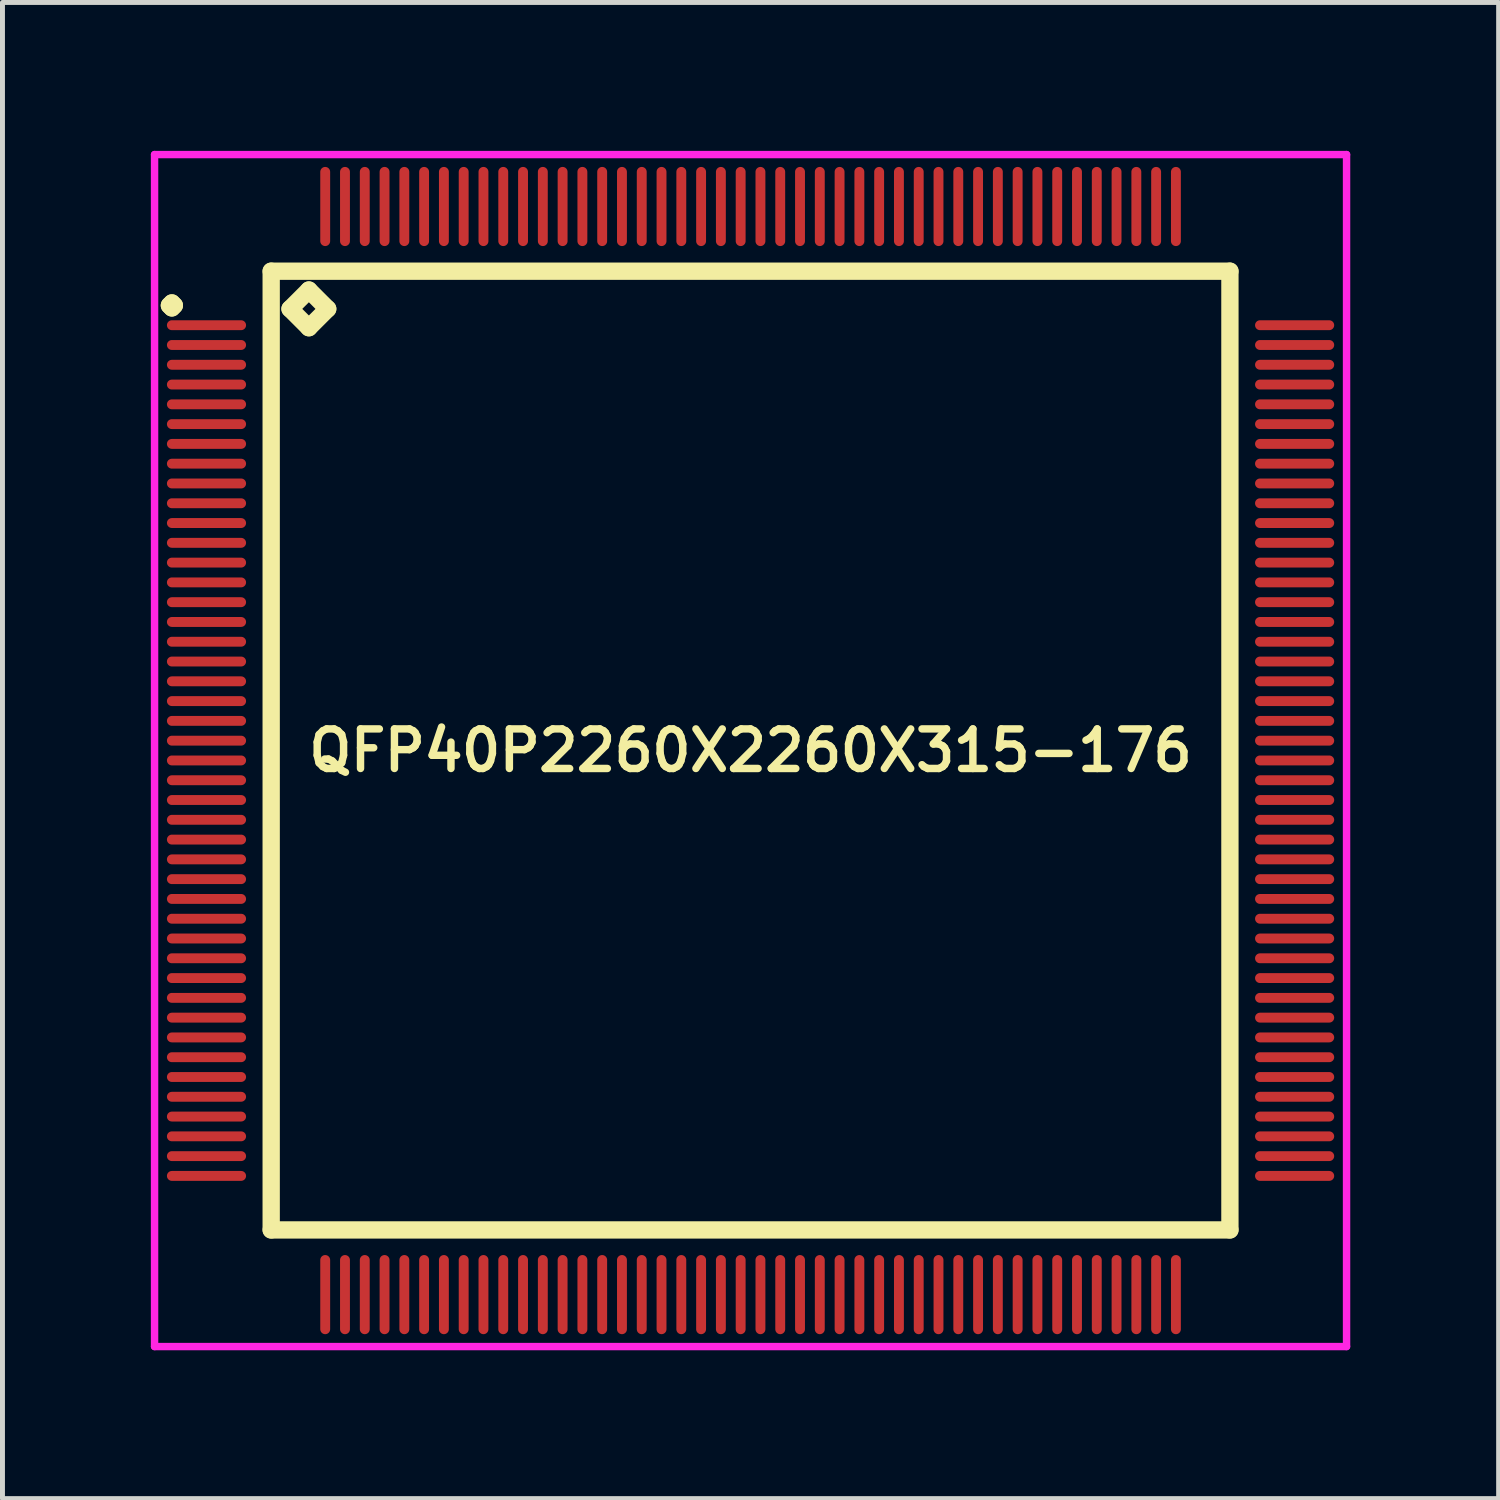
<source format=kicad_pcb>
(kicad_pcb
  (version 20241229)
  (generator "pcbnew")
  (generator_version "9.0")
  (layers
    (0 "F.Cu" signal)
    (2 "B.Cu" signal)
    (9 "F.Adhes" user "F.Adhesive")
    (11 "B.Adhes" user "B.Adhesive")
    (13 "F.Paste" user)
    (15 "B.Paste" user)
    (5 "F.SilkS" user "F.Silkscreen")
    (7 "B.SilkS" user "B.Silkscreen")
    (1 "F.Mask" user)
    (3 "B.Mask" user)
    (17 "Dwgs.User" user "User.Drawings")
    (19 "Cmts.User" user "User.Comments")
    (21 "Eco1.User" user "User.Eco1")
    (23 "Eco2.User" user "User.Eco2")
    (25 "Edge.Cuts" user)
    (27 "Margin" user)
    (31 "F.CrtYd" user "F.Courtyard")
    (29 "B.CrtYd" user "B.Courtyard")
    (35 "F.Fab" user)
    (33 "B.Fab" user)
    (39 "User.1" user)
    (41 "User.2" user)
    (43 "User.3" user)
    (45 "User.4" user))
  (footprint "QFP40P2260X2260X315-176"
    (layer "F.Cu")
    (at 12.125 12.125)
    (property "Reference" "QFP40P2260X2260X315-176" (at 0 0 0) (layer "F.SilkS") (effects (font (size 0.8 0.8) (thickness 0.15))))
    (attr smd)
    (fp_line (start -11.75 -9) (end -11.7 -9.05) (stroke (width 0.35) (type solid)) (layer "F.SilkS"))
    (fp_line (start -11.7 -9.05) (end -11.65 -9) (stroke (width 0.35) (type solid)) (layer "F.SilkS"))
    (fp_line (start -11.7 -8.95) (end -11.75 -9) (stroke (width 0.35) (type solid)) (layer "F.SilkS"))
    (fp_line (start -11.65 -9) (end -11.7 -8.95) (stroke (width 0.35) (type solid)) (layer "F.SilkS"))
    (fp_line (start -9.692 -9.692) (end -9.692 9.692) (stroke (width 0.35) (type solid)) (layer "F.SilkS"))
    (fp_line (start -9.692 9.692) (end 9.692 9.692) (stroke (width 0.35) (type solid)) (layer "F.SilkS"))
    (fp_line (start -9.311 -8.93) (end -8.93 -9.311) (stroke (width 0.35) (type solid)) (layer "F.SilkS"))
    (fp_line (start -8.93 -9.311) (end -8.549 -8.93) (stroke (width 0.35) (type solid)) (layer "F.SilkS"))
    (fp_line (start -8.93 -8.549) (end -9.311 -8.93) (stroke (width 0.35) (type solid)) (layer "F.SilkS"))
    (fp_line (start -8.549 -8.93) (end -8.93 -8.549) (stroke (width 0.35) (type solid)) (layer "F.SilkS"))
    (fp_line (start 9.692 -9.692) (end -9.692 -9.692) (stroke (width 0.35) (type solid)) (layer "F.SilkS"))
    (fp_line (start 9.692 9.692) (end 9.692 -9.692) (stroke (width 0.35) (type solid)) (layer "F.SilkS"))
    (fp_line (start -12.05 -12.05) (end 12.05 -12.05) (stroke (width 0.15) (type solid)) (layer "F.CrtYd"))
    (fp_line (start -12.05 12.05) (end -12.05 -12.05) (stroke (width 0.15) (type solid)) (layer "F.CrtYd"))
    (fp_line (start 12.05 -12.05) (end 12.05 12.05) (stroke (width 0.15) (type solid)) (layer "F.CrtYd"))
    (fp_line (start 12.05 12.05) (end -12.05 12.05) (stroke (width 0.15) (type solid)) (layer "F.CrtYd"))
    (pad "1" smd oval (at -11 -8.6) (size 1.6 0.2) (layers "F.Cu" "F.Mask" "F.Paste"))
    (pad "2" smd oval (at -11 -8.2) (size 1.6 0.2) (layers "F.Cu" "F.Mask" "F.Paste"))
    (pad "3" smd oval (at -11 -7.8) (size 1.6 0.2) (layers "F.Cu" "F.Mask" "F.Paste"))
    (pad "4" smd oval (at -11 -7.4) (size 1.6 0.2) (layers "F.Cu" "F.Mask" "F.Paste"))
    (pad "5" smd oval (at -11 -7) (size 1.6 0.2) (layers "F.Cu" "F.Mask" "F.Paste"))
    (pad "6" smd oval (at -11 -6.6) (size 1.6 0.2) (layers "F.Cu" "F.Mask" "F.Paste"))
    (pad "7" smd oval (at -11 -6.2) (size 1.6 0.2) (layers "F.Cu" "F.Mask" "F.Paste"))
    (pad "8" smd oval (at -11 -5.8) (size 1.6 0.2) (layers "F.Cu" "F.Mask" "F.Paste"))
    (pad "9" smd oval (at -11 -5.4) (size 1.6 0.2) (layers "F.Cu" "F.Mask" "F.Paste"))
    (pad "10" smd oval (at -11 -5) (size 1.6 0.2) (layers "F.Cu" "F.Mask" "F.Paste"))
    (pad "11" smd oval (at -11 -4.6) (size 1.6 0.2) (layers "F.Cu" "F.Mask" "F.Paste"))
    (pad "12" smd oval (at -11 -4.2) (size 1.6 0.2) (layers "F.Cu" "F.Mask" "F.Paste"))
    (pad "13" smd oval (at -11 -3.8) (size 1.6 0.2) (layers "F.Cu" "F.Mask" "F.Paste"))
    (pad "14" smd oval (at -11 -3.4) (size 1.6 0.2) (layers "F.Cu" "F.Mask" "F.Paste"))
    (pad "15" smd oval (at -11 -3) (size 1.6 0.2) (layers "F.Cu" "F.Mask" "F.Paste"))
    (pad "16" smd oval (at -11 -2.6) (size 1.6 0.2) (layers "F.Cu" "F.Mask" "F.Paste"))
    (pad "17" smd oval (at -11 -2.2) (size 1.6 0.2) (layers "F.Cu" "F.Mask" "F.Paste"))
    (pad "18" smd oval (at -11 -1.8) (size 1.6 0.2) (layers "F.Cu" "F.Mask" "F.Paste"))
    (pad "19" smd oval (at -11 -1.4) (size 1.6 0.2) (layers "F.Cu" "F.Mask" "F.Paste"))
    (pad "20" smd oval (at -11 -1) (size 1.6 0.2) (layers "F.Cu" "F.Mask" "F.Paste"))
    (pad "21" smd oval (at -11 -0.6) (size 1.6 0.2) (layers "F.Cu" "F.Mask" "F.Paste"))
    (pad "22" smd oval (at -11 -0.2) (size 1.6 0.2) (layers "F.Cu" "F.Mask" "F.Paste"))
    (pad "23" smd oval (at -11 0.2) (size 1.6 0.2) (layers "F.Cu" "F.Mask" "F.Paste"))
    (pad "24" smd oval (at -11 0.6) (size 1.6 0.2) (layers "F.Cu" "F.Mask" "F.Paste"))
    (pad "25" smd oval (at -11 1) (size 1.6 0.2) (layers "F.Cu" "F.Mask" "F.Paste"))
    (pad "26" smd oval (at -11 1.4) (size 1.6 0.2) (layers "F.Cu" "F.Mask" "F.Paste"))
    (pad "27" smd oval (at -11 1.8) (size 1.6 0.2) (layers "F.Cu" "F.Mask" "F.Paste"))
    (pad "28" smd oval (at -11 2.2) (size 1.6 0.2) (layers "F.Cu" "F.Mask" "F.Paste"))
    (pad "29" smd oval (at -11 2.6) (size 1.6 0.2) (layers "F.Cu" "F.Mask" "F.Paste"))
    (pad "30" smd oval (at -11 3) (size 1.6 0.2) (layers "F.Cu" "F.Mask" "F.Paste"))
    (pad "31" smd oval (at -11 3.4) (size 1.6 0.2) (layers "F.Cu" "F.Mask" "F.Paste"))
    (pad "32" smd oval (at -11 3.8) (size 1.6 0.2) (layers "F.Cu" "F.Mask" "F.Paste"))
    (pad "33" smd oval (at -11 4.2) (size 1.6 0.2) (layers "F.Cu" "F.Mask" "F.Paste"))
    (pad "34" smd oval (at -11 4.6) (size 1.6 0.2) (layers "F.Cu" "F.Mask" "F.Paste"))
    (pad "35" smd oval (at -11 5) (size 1.6 0.2) (layers "F.Cu" "F.Mask" "F.Paste"))
    (pad "36" smd oval (at -11 5.4) (size 1.6 0.2) (layers "F.Cu" "F.Mask" "F.Paste"))
    (pad "37" smd oval (at -11 5.8) (size 1.6 0.2) (layers "F.Cu" "F.Mask" "F.Paste"))
    (pad "38" smd oval (at -11 6.2) (size 1.6 0.2) (layers "F.Cu" "F.Mask" "F.Paste"))
    (pad "39" smd oval (at -11 6.6) (size 1.6 0.2) (layers "F.Cu" "F.Mask" "F.Paste"))
    (pad "40" smd oval (at -11 7) (size 1.6 0.2) (layers "F.Cu" "F.Mask" "F.Paste"))
    (pad "41" smd oval (at -11 7.4) (size 1.6 0.2) (layers "F.Cu" "F.Mask" "F.Paste"))
    (pad "42" smd oval (at -11 7.8) (size 1.6 0.2) (layers "F.Cu" "F.Mask" "F.Paste"))
    (pad "43" smd oval (at -11 8.2) (size 1.6 0.2) (layers "F.Cu" "F.Mask" "F.Paste"))
    (pad "44" smd oval (at -11 8.6) (size 1.6 0.2) (layers "F.Cu" "F.Mask" "F.Paste"))
    (pad "45" smd oval (at -8.6 11) (size 0.2 1.6) (layers "F.Cu" "F.Mask" "F.Paste"))
    (pad "46" smd oval (at -8.2 11) (size 0.2 1.6) (layers "F.Cu" "F.Mask" "F.Paste"))
    (pad "47" smd oval (at -7.8 11) (size 0.2 1.6) (layers "F.Cu" "F.Mask" "F.Paste"))
    (pad "48" smd oval (at -7.4 11) (size 0.2 1.6) (layers "F.Cu" "F.Mask" "F.Paste"))
    (pad "49" smd oval (at -7 11) (size 0.2 1.6) (layers "F.Cu" "F.Mask" "F.Paste"))
    (pad "50" smd oval (at -6.6 11) (size 0.2 1.6) (layers "F.Cu" "F.Mask" "F.Paste"))
    (pad "51" smd oval (at -6.2 11) (size 0.2 1.6) (layers "F.Cu" "F.Mask" "F.Paste"))
    (pad "52" smd oval (at -5.8 11) (size 0.2 1.6) (layers "F.Cu" "F.Mask" "F.Paste"))
    (pad "53" smd oval (at -5.4 11) (size 0.2 1.6) (layers "F.Cu" "F.Mask" "F.Paste"))
    (pad "54" smd oval (at -5 11) (size 0.2 1.6) (layers "F.Cu" "F.Mask" "F.Paste"))
    (pad "55" smd oval (at -4.6 11) (size 0.2 1.6) (layers "F.Cu" "F.Mask" "F.Paste"))
    (pad "56" smd oval (at -4.2 11) (size 0.2 1.6) (layers "F.Cu" "F.Mask" "F.Paste"))
    (pad "57" smd oval (at -3.8 11) (size 0.2 1.6) (layers "F.Cu" "F.Mask" "F.Paste"))
    (pad "58" smd oval (at -3.4 11) (size 0.2 1.6) (layers "F.Cu" "F.Mask" "F.Paste"))
    (pad "59" smd oval (at -3 11) (size 0.2 1.6) (layers "F.Cu" "F.Mask" "F.Paste"))
    (pad "60" smd oval (at -2.6 11) (size 0.2 1.6) (layers "F.Cu" "F.Mask" "F.Paste"))
    (pad "61" smd oval (at -2.2 11) (size 0.2 1.6) (layers "F.Cu" "F.Mask" "F.Paste"))
    (pad "62" smd oval (at -1.8 11) (size 0.2 1.6) (layers "F.Cu" "F.Mask" "F.Paste"))
    (pad "63" smd oval (at -1.4 11) (size 0.2 1.6) (layers "F.Cu" "F.Mask" "F.Paste"))
    (pad "64" smd oval (at -1 11) (size 0.2 1.6) (layers "F.Cu" "F.Mask" "F.Paste"))
    (pad "65" smd oval (at -0.6 11) (size 0.2 1.6) (layers "F.Cu" "F.Mask" "F.Paste"))
    (pad "66" smd oval (at -0.2 11) (size 0.2 1.6) (layers "F.Cu" "F.Mask" "F.Paste"))
    (pad "67" smd oval (at 0.2 11) (size 0.2 1.6) (layers "F.Cu" "F.Mask" "F.Paste"))
    (pad "68" smd oval (at 0.6 11) (size 0.2 1.6) (layers "F.Cu" "F.Mask" "F.Paste"))
    (pad "69" smd oval (at 1 11) (size 0.2 1.6) (layers "F.Cu" "F.Mask" "F.Paste"))
    (pad "70" smd oval (at 1.4 11) (size 0.2 1.6) (layers "F.Cu" "F.Mask" "F.Paste"))
    (pad "71" smd oval (at 1.8 11) (size 0.2 1.6) (layers "F.Cu" "F.Mask" "F.Paste"))
    (pad "72" smd oval (at 2.2 11) (size 0.2 1.6) (layers "F.Cu" "F.Mask" "F.Paste"))
    (pad "73" smd oval (at 2.6 11) (size 0.2 1.6) (layers "F.Cu" "F.Mask" "F.Paste"))
    (pad "74" smd oval (at 3 11) (size 0.2 1.6) (layers "F.Cu" "F.Mask" "F.Paste"))
    (pad "75" smd oval (at 3.4 11) (size 0.2 1.6) (layers "F.Cu" "F.Mask" "F.Paste"))
    (pad "76" smd oval (at 3.8 11) (size 0.2 1.6) (layers "F.Cu" "F.Mask" "F.Paste"))
    (pad "77" smd oval (at 4.2 11) (size 0.2 1.6) (layers "F.Cu" "F.Mask" "F.Paste"))
    (pad "78" smd oval (at 4.6 11) (size 0.2 1.6) (layers "F.Cu" "F.Mask" "F.Paste"))
    (pad "79" smd oval (at 5 11) (size 0.2 1.6) (layers "F.Cu" "F.Mask" "F.Paste"))
    (pad "80" smd oval (at 5.4 11) (size 0.2 1.6) (layers "F.Cu" "F.Mask" "F.Paste"))
    (pad "81" smd oval (at 5.8 11) (size 0.2 1.6) (layers "F.Cu" "F.Mask" "F.Paste"))
    (pad "82" smd oval (at 6.2 11) (size 0.2 1.6) (layers "F.Cu" "F.Mask" "F.Paste"))
    (pad "83" smd oval (at 6.6 11) (size 0.2 1.6) (layers "F.Cu" "F.Mask" "F.Paste"))
    (pad "84" smd oval (at 7 11) (size 0.2 1.6) (layers "F.Cu" "F.Mask" "F.Paste"))
    (pad "85" smd oval (at 7.4 11) (size 0.2 1.6) (layers "F.Cu" "F.Mask" "F.Paste"))
    (pad "86" smd oval (at 7.8 11) (size 0.2 1.6) (layers "F.Cu" "F.Mask" "F.Paste"))
    (pad "87" smd oval (at 8.2 11) (size 0.2 1.6) (layers "F.Cu" "F.Mask" "F.Paste"))
    (pad "88" smd oval (at 8.6 11) (size 0.2 1.6) (layers "F.Cu" "F.Mask" "F.Paste"))
    (pad "89" smd oval (at 11 8.6) (size 1.6 0.2) (layers "F.Cu" "F.Mask" "F.Paste"))
    (pad "90" smd oval (at 11 8.2) (size 1.6 0.2) (layers "F.Cu" "F.Mask" "F.Paste"))
    (pad "91" smd oval (at 11 7.8) (size 1.6 0.2) (layers "F.Cu" "F.Mask" "F.Paste"))
    (pad "92" smd oval (at 11 7.4) (size 1.6 0.2) (layers "F.Cu" "F.Mask" "F.Paste"))
    (pad "93" smd oval (at 11 7) (size 1.6 0.2) (layers "F.Cu" "F.Mask" "F.Paste"))
    (pad "94" smd oval (at 11 6.6) (size 1.6 0.2) (layers "F.Cu" "F.Mask" "F.Paste"))
    (pad "95" smd oval (at 11 6.2) (size 1.6 0.2) (layers "F.Cu" "F.Mask" "F.Paste"))
    (pad "96" smd oval (at 11 5.8) (size 1.6 0.2) (layers "F.Cu" "F.Mask" "F.Paste"))
    (pad "97" smd oval (at 11 5.4) (size 1.6 0.2) (layers "F.Cu" "F.Mask" "F.Paste"))
    (pad "98" smd oval (at 11 5) (size 1.6 0.2) (layers "F.Cu" "F.Mask" "F.Paste"))
    (pad "99" smd oval (at 11 4.6) (size 1.6 0.2) (layers "F.Cu" "F.Mask" "F.Paste"))
    (pad "100" smd oval (at 11 4.2) (size 1.6 0.2) (layers "F.Cu" "F.Mask" "F.Paste"))
    (pad "101" smd oval (at 11 3.8) (size 1.6 0.2) (layers "F.Cu" "F.Mask" "F.Paste"))
    (pad "102" smd oval (at 11 3.4) (size 1.6 0.2) (layers "F.Cu" "F.Mask" "F.Paste"))
    (pad "103" smd oval (at 11 3) (size 1.6 0.2) (layers "F.Cu" "F.Mask" "F.Paste"))
    (pad "104" smd oval (at 11 2.6) (size 1.6 0.2) (layers "F.Cu" "F.Mask" "F.Paste"))
    (pad "105" smd oval (at 11 2.2) (size 1.6 0.2) (layers "F.Cu" "F.Mask" "F.Paste"))
    (pad "106" smd oval (at 11 1.8) (size 1.6 0.2) (layers "F.Cu" "F.Mask" "F.Paste"))
    (pad "107" smd oval (at 11 1.4) (size 1.6 0.2) (layers "F.Cu" "F.Mask" "F.Paste"))
    (pad "108" smd oval (at 11 1) (size 1.6 0.2) (layers "F.Cu" "F.Mask" "F.Paste"))
    (pad "109" smd oval (at 11 0.6) (size 1.6 0.2) (layers "F.Cu" "F.Mask" "F.Paste"))
    (pad "110" smd oval (at 11 0.2) (size 1.6 0.2) (layers "F.Cu" "F.Mask" "F.Paste"))
    (pad "111" smd oval (at 11 -0.2) (size 1.6 0.2) (layers "F.Cu" "F.Mask" "F.Paste"))
    (pad "112" smd oval (at 11 -0.6) (size 1.6 0.2) (layers "F.Cu" "F.Mask" "F.Paste"))
    (pad "113" smd oval (at 11 -1) (size 1.6 0.2) (layers "F.Cu" "F.Mask" "F.Paste"))
    (pad "114" smd oval (at 11 -1.4) (size 1.6 0.2) (layers "F.Cu" "F.Mask" "F.Paste"))
    (pad "115" smd oval (at 11 -1.8) (size 1.6 0.2) (layers "F.Cu" "F.Mask" "F.Paste"))
    (pad "116" smd oval (at 11 -2.2) (size 1.6 0.2) (layers "F.Cu" "F.Mask" "F.Paste"))
    (pad "117" smd oval (at 11 -2.6) (size 1.6 0.2) (layers "F.Cu" "F.Mask" "F.Paste"))
    (pad "118" smd oval (at 11 -3) (size 1.6 0.2) (layers "F.Cu" "F.Mask" "F.Paste"))
    (pad "119" smd oval (at 11 -3.4) (size 1.6 0.2) (layers "F.Cu" "F.Mask" "F.Paste"))
    (pad "120" smd oval (at 11 -3.8) (size 1.6 0.2) (layers "F.Cu" "F.Mask" "F.Paste"))
    (pad "121" smd oval (at 11 -4.2) (size 1.6 0.2) (layers "F.Cu" "F.Mask" "F.Paste"))
    (pad "122" smd oval (at 11 -4.6) (size 1.6 0.2) (layers "F.Cu" "F.Mask" "F.Paste"))
    (pad "123" smd oval (at 11 -5) (size 1.6 0.2) (layers "F.Cu" "F.Mask" "F.Paste"))
    (pad "124" smd oval (at 11 -5.4) (size 1.6 0.2) (layers "F.Cu" "F.Mask" "F.Paste"))
    (pad "125" smd oval (at 11 -5.8) (size 1.6 0.2) (layers "F.Cu" "F.Mask" "F.Paste"))
    (pad "126" smd oval (at 11 -6.2) (size 1.6 0.2) (layers "F.Cu" "F.Mask" "F.Paste"))
    (pad "127" smd oval (at 11 -6.6) (size 1.6 0.2) (layers "F.Cu" "F.Mask" "F.Paste"))
    (pad "128" smd oval (at 11 -7) (size 1.6 0.2) (layers "F.Cu" "F.Mask" "F.Paste"))
    (pad "129" smd oval (at 11 -7.4) (size 1.6 0.2) (layers "F.Cu" "F.Mask" "F.Paste"))
    (pad "130" smd oval (at 11 -7.8) (size 1.6 0.2) (layers "F.Cu" "F.Mask" "F.Paste"))
    (pad "131" smd oval (at 11 -8.2) (size 1.6 0.2) (layers "F.Cu" "F.Mask" "F.Paste"))
    (pad "132" smd oval (at 11 -8.6) (size 1.6 0.2) (layers "F.Cu" "F.Mask" "F.Paste"))
    (pad "133" smd oval (at 8.6 -11) (size 0.2 1.6) (layers "F.Cu" "F.Mask" "F.Paste"))
    (pad "134" smd oval (at 8.2 -11) (size 0.2 1.6) (layers "F.Cu" "F.Mask" "F.Paste"))
    (pad "135" smd oval (at 7.8 -11) (size 0.2 1.6) (layers "F.Cu" "F.Mask" "F.Paste"))
    (pad "136" smd oval (at 7.4 -11) (size 0.2 1.6) (layers "F.Cu" "F.Mask" "F.Paste"))
    (pad "137" smd oval (at 7 -11) (size 0.2 1.6) (layers "F.Cu" "F.Mask" "F.Paste"))
    (pad "138" smd oval (at 6.6 -11) (size 0.2 1.6) (layers "F.Cu" "F.Mask" "F.Paste"))
    (pad "139" smd oval (at 6.2 -11) (size 0.2 1.6) (layers "F.Cu" "F.Mask" "F.Paste"))
    (pad "140" smd oval (at 5.8 -11) (size 0.2 1.6) (layers "F.Cu" "F.Mask" "F.Paste"))
    (pad "141" smd oval (at 5.4 -11) (size 0.2 1.6) (layers "F.Cu" "F.Mask" "F.Paste"))
    (pad "142" smd oval (at 5 -11) (size 0.2 1.6) (layers "F.Cu" "F.Mask" "F.Paste"))
    (pad "143" smd oval (at 4.6 -11) (size 0.2 1.6) (layers "F.Cu" "F.Mask" "F.Paste"))
    (pad "144" smd oval (at 4.2 -11) (size 0.2 1.6) (layers "F.Cu" "F.Mask" "F.Paste"))
    (pad "145" smd oval (at 3.8 -11) (size 0.2 1.6) (layers "F.Cu" "F.Mask" "F.Paste"))
    (pad "146" smd oval (at 3.4 -11) (size 0.2 1.6) (layers "F.Cu" "F.Mask" "F.Paste"))
    (pad "147" smd oval (at 3 -11) (size 0.2 1.6) (layers "F.Cu" "F.Mask" "F.Paste"))
    (pad "148" smd oval (at 2.6 -11) (size 0.2 1.6) (layers "F.Cu" "F.Mask" "F.Paste"))
    (pad "149" smd oval (at 2.2 -11) (size 0.2 1.6) (layers "F.Cu" "F.Mask" "F.Paste"))
    (pad "150" smd oval (at 1.8 -11) (size 0.2 1.6) (layers "F.Cu" "F.Mask" "F.Paste"))
    (pad "151" smd oval (at 1.4 -11) (size 0.2 1.6) (layers "F.Cu" "F.Mask" "F.Paste"))
    (pad "152" smd oval (at 1 -11) (size 0.2 1.6) (layers "F.Cu" "F.Mask" "F.Paste"))
    (pad "153" smd oval (at 0.6 -11) (size 0.2 1.6) (layers "F.Cu" "F.Mask" "F.Paste"))
    (pad "154" smd oval (at 0.2 -11) (size 0.2 1.6) (layers "F.Cu" "F.Mask" "F.Paste"))
    (pad "155" smd oval (at -0.2 -11) (size 0.2 1.6) (layers "F.Cu" "F.Mask" "F.Paste"))
    (pad "156" smd oval (at -0.6 -11) (size 0.2 1.6) (layers "F.Cu" "F.Mask" "F.Paste"))
    (pad "157" smd oval (at -1 -11) (size 0.2 1.6) (layers "F.Cu" "F.Mask" "F.Paste"))
    (pad "158" smd oval (at -1.4 -11) (size 0.2 1.6) (layers "F.Cu" "F.Mask" "F.Paste"))
    (pad "159" smd oval (at -1.8 -11) (size 0.2 1.6) (layers "F.Cu" "F.Mask" "F.Paste"))
    (pad "160" smd oval (at -2.2 -11) (size 0.2 1.6) (layers "F.Cu" "F.Mask" "F.Paste"))
    (pad "161" smd oval (at -2.6 -11) (size 0.2 1.6) (layers "F.Cu" "F.Mask" "F.Paste"))
    (pad "162" smd oval (at -3 -11) (size 0.2 1.6) (layers "F.Cu" "F.Mask" "F.Paste"))
    (pad "163" smd oval (at -3.4 -11) (size 0.2 1.6) (layers "F.Cu" "F.Mask" "F.Paste"))
    (pad "164" smd oval (at -3.8 -11) (size 0.2 1.6) (layers "F.Cu" "F.Mask" "F.Paste"))
    (pad "165" smd oval (at -4.2 -11) (size 0.2 1.6) (layers "F.Cu" "F.Mask" "F.Paste"))
    (pad "166" smd oval (at -4.6 -11) (size 0.2 1.6) (layers "F.Cu" "F.Mask" "F.Paste"))
    (pad "167" smd oval (at -5 -11) (size 0.2 1.6) (layers "F.Cu" "F.Mask" "F.Paste"))
    (pad "168" smd oval (at -5.4 -11) (size 0.2 1.6) (layers "F.Cu" "F.Mask" "F.Paste"))
    (pad "169" smd oval (at -5.8 -11) (size 0.2 1.6) (layers "F.Cu" "F.Mask" "F.Paste"))
    (pad "170" smd oval (at -6.2 -11) (size 0.2 1.6) (layers "F.Cu" "F.Mask" "F.Paste"))
    (pad "171" smd oval (at -6.6 -11) (size 0.2 1.6) (layers "F.Cu" "F.Mask" "F.Paste"))
    (pad "172" smd oval (at -7 -11) (size 0.2 1.6) (layers "F.Cu" "F.Mask" "F.Paste"))
    (pad "173" smd oval (at -7.4 -11) (size 0.2 1.6) (layers "F.Cu" "F.Mask" "F.Paste"))
    (pad "174" smd oval (at -7.8 -11) (size 0.2 1.6) (layers "F.Cu" "F.Mask" "F.Paste"))
    (pad "175" smd oval (at -8.2 -11) (size 0.2 1.6) (layers "F.Cu" "F.Mask" "F.Paste"))
    (pad "176" smd oval (at -8.6 -11) (size 0.2 1.6) (layers "F.Cu" "F.Mask" "F.Paste")))
  (gr_rect
    (start -3 -3)
    (end 27.25 27.25)
    (stroke (width 0.1) (type default))
    (fill no)
    (layer "Edge.Cuts")))
</source>
